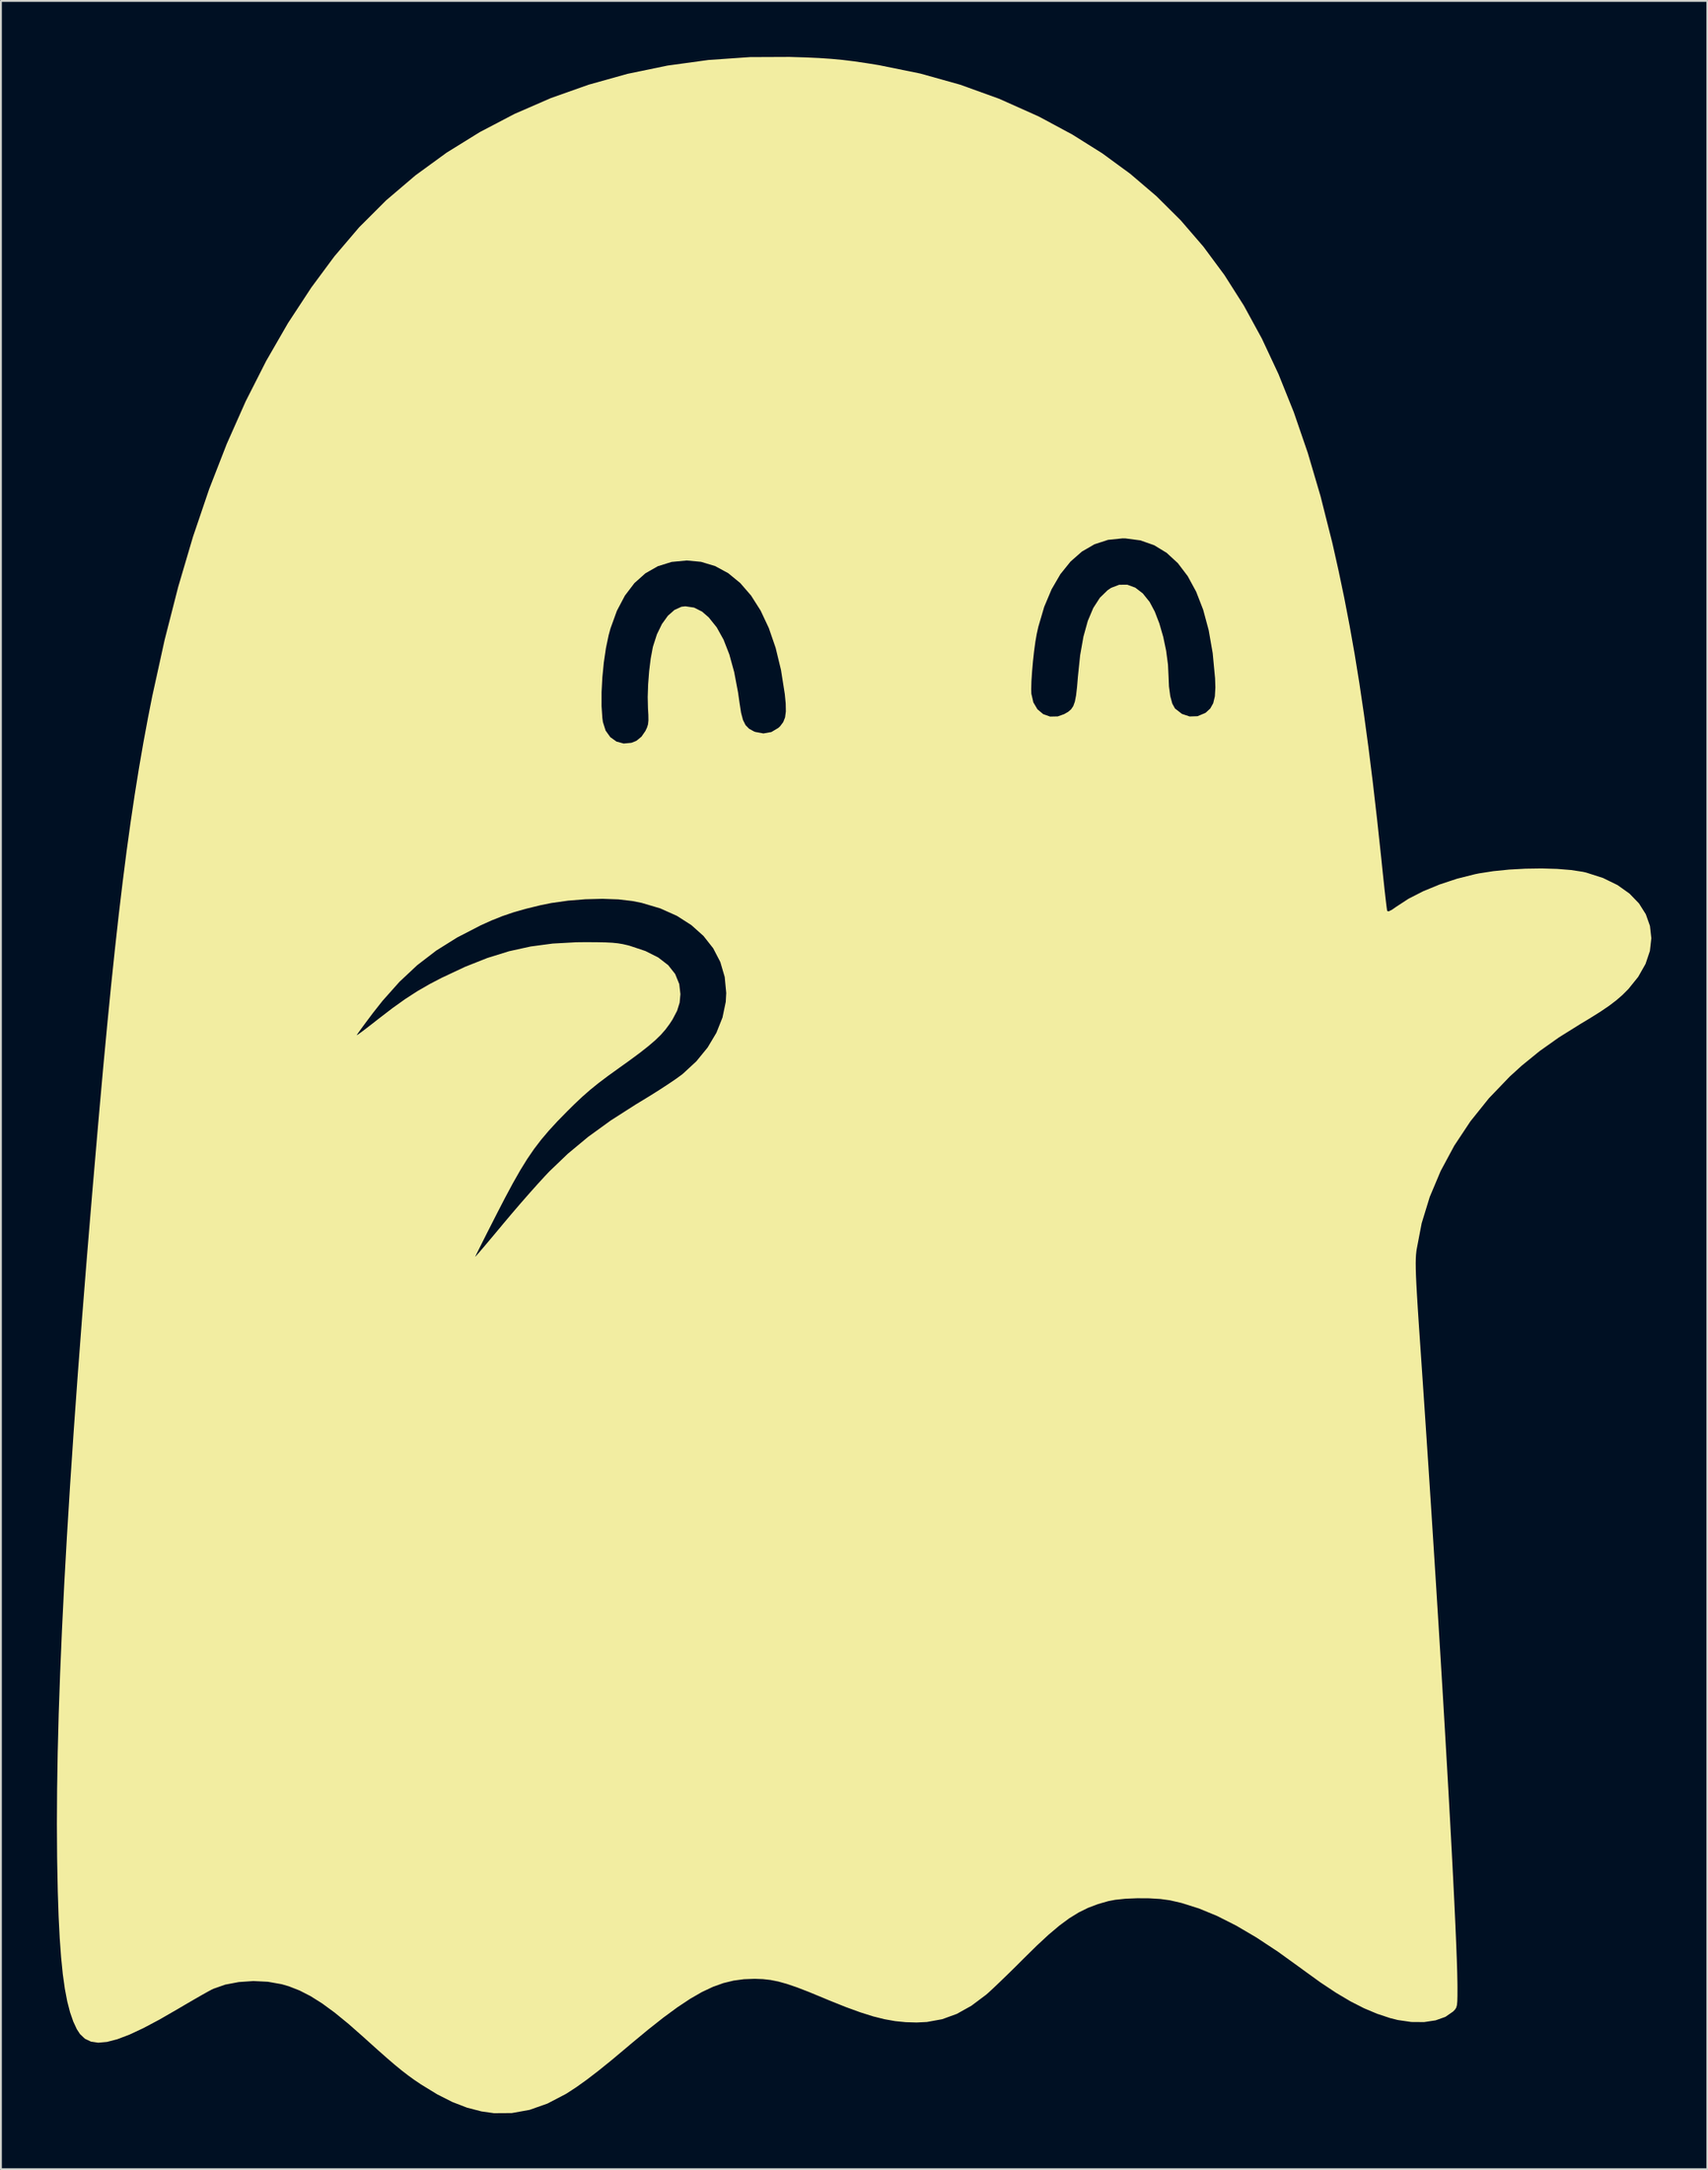
<source format=kicad_pcb>
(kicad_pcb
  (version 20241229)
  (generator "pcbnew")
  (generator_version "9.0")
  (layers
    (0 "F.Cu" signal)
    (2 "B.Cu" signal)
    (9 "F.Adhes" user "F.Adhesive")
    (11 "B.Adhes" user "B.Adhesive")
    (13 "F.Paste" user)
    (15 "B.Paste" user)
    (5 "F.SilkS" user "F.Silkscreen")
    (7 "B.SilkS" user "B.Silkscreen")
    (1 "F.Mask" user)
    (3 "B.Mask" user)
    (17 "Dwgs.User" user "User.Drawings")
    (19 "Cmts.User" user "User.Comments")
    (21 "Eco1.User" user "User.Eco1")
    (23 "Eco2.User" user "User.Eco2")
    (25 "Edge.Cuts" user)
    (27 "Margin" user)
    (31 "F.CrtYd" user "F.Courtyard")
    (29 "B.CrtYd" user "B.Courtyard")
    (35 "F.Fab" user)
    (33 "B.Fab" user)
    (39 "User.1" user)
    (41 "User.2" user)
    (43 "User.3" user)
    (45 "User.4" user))
  (footprint "logo"
    (layer "F.Cu")
    (at 43.336 55.768)
    (property "Reference" "logo" (at 0 0 0) (layer "F.SilkS") (effects (font (size 1.524 1.524) (thickness 0.3))))
    (attr board_only exclude_from_pos_files exclude_from_bom)
    (fp_poly (pts (xy -3.208 -55.742) (xy -2.478 -55.709) (xy -1.828 -55.665) (xy -1.215 -55.608) (xy -0.595 -55.532) (xy 0.077 -55.433) (xy 0.736 -55.327) (xy 2.951 -54.877) (xy 5.092 -54.279) (xy 7.176 -53.527) (xy 9.217 -52.615) (xy 9.398 -52.526) (xy 11.106 -51.607) (xy 12.708 -50.602) (xy 14.207 -49.505) (xy 15.608 -48.31) (xy 16.914 -47.011) (xy 18.128 -45.604) (xy 19.256 -44.082) (xy 20.301 -42.439) (xy 21.266 -40.671) (xy 22.156 -38.772) (xy 22.974 -36.735) (xy 23.724 -34.555) (xy 24.41 -32.228) (xy 25.037 -29.746) (xy 25.055 -29.669) (xy 25.379 -28.223) (xy 25.683 -26.771) (xy 25.967 -25.293) (xy 26.237 -23.773) (xy 26.493 -22.193) (xy 26.738 -20.536) (xy 26.976 -18.783) (xy 27.209 -16.918) (xy 27.439 -14.923) (xy 27.67 -12.781) (xy 27.726 -12.234) (xy 27.788 -11.65) (xy 27.845 -11.118) (xy 27.897 -10.664) (xy 27.939 -10.311) (xy 27.969 -10.083) (xy 27.983 -10.008) (xy 28.061 -9.984) (xy 28.243 -10.076) (xy 28.468 -10.233) (xy 29.124 -10.661) (xy 29.912 -11.064) (xy 30.794 -11.427) (xy 31.734 -11.737) (xy 32.692 -11.977) (xy 32.908 -12.021) (xy 33.677 -12.14) (xy 34.517 -12.225) (xy 35.39 -12.273) (xy 36.26 -12.286) (xy 37.089 -12.262) (xy 37.84 -12.201) (xy 38.474 -12.104) (xy 38.65 -12.064) (xy 39.554 -11.774) (xy 40.33 -11.395) (xy 40.973 -10.938) (xy 41.48 -10.413) (xy 41.847 -9.832) (xy 42.069 -9.207) (xy 42.144 -8.547) (xy 42.066 -7.864) (xy 41.832 -7.17) (xy 41.437 -6.474) (xy 40.914 -5.826) (xy 40.607 -5.518) (xy 40.27 -5.224) (xy 39.878 -4.926) (xy 39.404 -4.604) (xy 38.821 -4.24) (xy 38.354 -3.96) (xy 37.191 -3.234) (xy 36.152 -2.498) (xy 35.196 -1.72) (xy 34.554 -1.136) (xy 33.439 0.024) (xy 32.444 1.264) (xy 31.578 2.57) (xy 30.849 3.925) (xy 30.263 5.316) (xy 29.83 6.727) (xy 29.558 8.144) (xy 29.549 8.213) (xy 29.529 8.4) (xy 29.516 8.611) (xy 29.511 8.862) (xy 29.514 9.169) (xy 29.526 9.547) (xy 29.547 10.012) (xy 29.579 10.581) (xy 29.621 11.268) (xy 29.675 12.089) (xy 29.741 13.061) (xy 29.754 13.25) (xy 29.903 15.427) (xy 30.049 17.6) (xy 30.193 19.761) (xy 30.333 21.903) (xy 30.469 24.016) (xy 30.601 26.094) (xy 30.728 28.128) (xy 30.85 30.11) (xy 30.967 32.032) (xy 31.077 33.885) (xy 31.18 35.663) (xy 31.277 37.356) (xy 31.366 38.956) (xy 31.447 40.456) (xy 31.519 41.848) (xy 31.582 43.122) (xy 31.636 44.272) (xy 31.68 45.29) (xy 31.714 46.166) (xy 31.737 46.893) (xy 31.748 47.463) (xy 31.75 47.673) (xy 31.749 48.114) (xy 31.741 48.419) (xy 31.721 48.622) (xy 31.682 48.757) (xy 31.617 48.857) (xy 31.522 48.955) (xy 31.509 48.967) (xy 31.103 49.247) (xy 30.578 49.434) (xy 29.961 49.527) (xy 29.278 49.522) (xy 28.554 49.417) (xy 28.14 49.313) (xy 27.44 49.081) (xy 26.739 48.786) (xy 26.014 48.416) (xy 25.243 47.959) (xy 24.405 47.403) (xy 23.478 46.734) (xy 23.368 46.652) (xy 22.127 45.757) (xy 20.971 44.995) (xy 19.888 44.359) (xy 18.865 43.842) (xy 17.89 43.44) (xy 16.951 43.144) (xy 16.328 43.001) (xy 15.821 42.932) (xy 15.221 42.896) (xy 14.582 42.892) (xy 13.957 42.918) (xy 13.401 42.976) (xy 13.039 43.045) (xy 12.474 43.206) (xy 11.949 43.405) (xy 11.442 43.655) (xy 10.933 43.969) (xy 10.401 44.363) (xy 9.825 44.849) (xy 9.186 45.442) (xy 8.509 46.108) (xy 8.062 46.554) (xy 7.624 46.984) (xy 7.219 47.376) (xy 6.87 47.707) (xy 6.601 47.956) (xy 6.477 48.064) (xy 5.688 48.654) (xy 4.912 49.087) (xy 4.126 49.373) (xy 3.305 49.522) (xy 2.752 49.549) (xy 2.175 49.532) (xy 1.609 49.476) (xy 1.029 49.373) (xy 0.41 49.218) (xy -0.272 49.002) (xy -1.044 48.721) (xy -1.929 48.366) (xy -2.286 48.217) (xy -3.038 47.907) (xy -3.665 47.665) (xy -4.196 47.484) (xy -4.657 47.355) (xy -5.077 47.271) (xy -5.483 47.225) (xy -5.902 47.21) (xy -5.927 47.209) (xy -6.499 47.23) (xy -7.054 47.304) (xy -7.605 47.438) (xy -8.168 47.64) (xy -8.757 47.918) (xy -9.385 48.28) (xy -10.069 48.734) (xy -10.821 49.286) (xy -11.657 49.946) (xy -12.591 50.72) (xy -12.785 50.885) (xy -13.596 51.564) (xy -14.304 52.136) (xy -14.927 52.614) (xy -15.481 53.01) (xy -15.982 53.337) (xy -16.067 53.388) (xy -17.037 53.894) (xy -17.996 54.232) (xy -18.95 54.403) (xy -19.903 54.409) (xy -20.574 54.314) (xy -21.352 54.112) (xy -22.131 53.812) (xy -22.942 53.402) (xy -23.818 52.866) (xy -23.834 52.855) (xy -24.172 52.627) (xy -24.499 52.391) (xy -24.838 52.13) (xy -25.209 51.827) (xy -25.633 51.463) (xy -26.133 51.022) (xy -26.729 50.486) (xy -26.879 50.35) (xy -27.704 49.623) (xy -28.443 49.02) (xy -29.115 48.528) (xy -29.736 48.137) (xy -30.326 47.835) (xy -30.901 47.61) (xy -31.285 47.498) (xy -32.022 47.367) (xy -32.803 47.329) (xy -33.581 47.382) (xy -34.31 47.52) (xy -34.943 47.742) (xy -35.044 47.79) (xy -35.258 47.905) (xy -35.585 48.089) (xy -35.991 48.322) (xy -36.444 48.585) (xy -36.853 48.826) (xy -37.835 49.392) (xy -38.698 49.85) (xy -39.448 50.201) (xy -40.097 50.447) (xy -40.65 50.591) (xy -41.119 50.633) (xy -41.51 50.575) (xy -41.834 50.42) (xy -42.098 50.169) (xy -42.266 49.911) (xy -42.459 49.496) (xy -42.63 49.003) (xy -42.78 48.423) (xy -42.909 47.745) (xy -43.019 46.96) (xy -43.11 46.058) (xy -43.185 45.03) (xy -43.244 43.865) (xy -43.288 42.553) (xy -43.318 41.085) (xy -43.325 40.64) (xy -43.336 38.897) (xy -43.325 37.048) (xy -43.293 35.088) (xy -43.239 33.014) (xy -43.162 30.82) (xy -43.063 28.503) (xy -42.942 26.058) (xy -42.797 23.481) (xy -42.629 20.768) (xy -42.438 17.913) (xy -42.223 14.914) (xy -41.984 11.765) (xy -41.721 8.463) (xy -41.433 5.002) (xy -41.121 1.379) (xy -41.059 0.677) (xy -40.844 -1.718) (xy -40.69 -3.348) (xy -27.263 -3.348) (xy -27.2 -3.383) (xy -27.026 -3.508) (xy -26.762 -3.707) (xy -26.429 -3.964) (xy -26.099 -4.223) (xy -25.344 -4.802) (xy -24.663 -5.288) (xy -24.012 -5.709) (xy -23.348 -6.092) (xy -22.723 -6.418) (xy -21.453 -7.015) (xy -20.255 -7.489) (xy -19.096 -7.849) (xy -17.94 -8.103) (xy -16.754 -8.261) (xy -15.501 -8.33) (xy -14.986 -8.336) (xy -14.386 -8.332) (xy -13.921 -8.323) (xy -13.558 -8.305) (xy -13.262 -8.275) (xy -12.998 -8.231) (xy -12.734 -8.17) (xy -12.624 -8.141) (xy -11.783 -7.86) (xy -11.096 -7.514) (xy -10.565 -7.104) (xy -10.19 -6.63) (xy -9.971 -6.093) (xy -9.908 -5.55) (xy -9.95 -5.095) (xy -10.086 -4.659) (xy -10.331 -4.193) (xy -10.499 -3.937) (xy -10.712 -3.651) (xy -10.958 -3.371) (xy -11.258 -3.08) (xy -11.63 -2.762) (xy -12.092 -2.399) (xy -12.666 -1.975) (xy -13.17 -1.615) (xy -13.787 -1.171) (xy -14.3 -0.784) (xy -14.748 -0.422) (xy -15.171 -0.051) (xy -15.607 0.36) (xy -15.965 0.714) (xy -16.495 1.255) (xy -16.959 1.759) (xy -17.374 2.249) (xy -17.757 2.75) (xy -18.125 3.288) (xy -18.495 3.886) (xy -18.884 4.569) (xy -19.31 5.363) (xy -19.706 6.128) (xy -20.002 6.709) (xy -20.273 7.241) (xy -20.507 7.705) (xy -20.696 8.082) (xy -20.832 8.354) (xy -20.903 8.503) (xy -20.913 8.526) (xy -20.861 8.473) (xy -20.715 8.307) (xy -20.488 8.042) (xy -20.195 7.695) (xy -19.848 7.282) (xy -19.462 6.82) (xy -19.411 6.758) (xy -18.954 6.216) (xy -18.473 5.655) (xy -17.994 5.108) (xy -17.546 4.607) (xy -17.157 4.183) (xy -16.934 3.948) (xy -15.946 3.002) (xy -14.858 2.098) (xy -13.646 1.22) (xy -12.291 0.353) (xy -12.087 0.23) (xy -11.561 -0.09) (xy -11.041 -0.417) (xy -10.56 -0.73) (xy -10.151 -1.007) (xy -9.847 -1.228) (xy -9.784 -1.277) (xy -9.055 -1.951) (xy -8.45 -2.691) (xy -7.979 -3.481) (xy -7.652 -4.301) (xy -7.478 -5.135) (xy -7.452 -5.613) (xy -7.534 -6.471) (xy -7.769 -7.272) (xy -8.151 -8.007) (xy -8.672 -8.669) (xy -9.323 -9.251) (xy -10.097 -9.746) (xy -10.986 -10.144) (xy -11.983 -10.44) (xy -12.488 -10.541) (xy -13.233 -10.628) (xy -14.088 -10.659) (xy -15.004 -10.635) (xy -15.932 -10.56) (xy -16.824 -10.434) (xy -17.399 -10.318) (xy -18.18 -10.127) (xy -18.846 -9.938) (xy -19.448 -9.734) (xy -20.038 -9.498) (xy -20.624 -9.233) (xy -21.879 -8.585) (xy -23.001 -7.883) (xy -24.02 -7.101) (xy -24.968 -6.214) (xy -25.875 -5.196) (xy -26.382 -4.554) (xy -26.67 -4.172) (xy -26.919 -3.837) (xy -27.111 -3.573) (xy -27.231 -3.402) (xy -27.263 -3.348) (xy -40.69 -3.348) (xy -40.633 -3.956) (xy -40.426 -6.049) (xy -40.22 -8.009) (xy -40.015 -9.848) (xy -39.808 -11.578) (xy -39.599 -13.211) (xy -39.385 -14.759) (xy -39.165 -16.234) (xy -38.938 -17.648) (xy -38.702 -19.014) (xy -38.455 -20.342) (xy -38.328 -20.987) (xy -14.136 -20.987) (xy -14.093 -20.345) (xy -14.062 -20.124) (xy -13.918 -19.672) (xy -13.667 -19.32) (xy -13.336 -19.084) (xy -12.949 -18.978) (xy -12.535 -19.017) (xy -12.275 -19.12) (xy -11.998 -19.344) (xy -11.787 -19.649) (xy -11.698 -19.837) (xy -11.645 -20.011) (xy -11.623 -20.218) (xy -11.627 -20.506) (xy -11.648 -20.87) (xy -11.662 -21.474) (xy -11.639 -22.158) (xy -11.584 -22.864) (xy -11.501 -23.532) (xy -11.395 -24.102) (xy -11.375 -24.187) (xy -11.167 -24.832) (xy -10.898 -25.383) (xy -10.581 -25.824) (xy -10.229 -26.136) (xy -9.855 -26.306) (xy -9.643 -26.331) (xy -9.179 -26.263) (xy -8.752 -26.05) (xy -8.39 -25.737) (xy -7.963 -25.205) (xy -7.596 -24.545) (xy -7.285 -23.75) (xy -7.027 -22.812) (xy -6.82 -21.723) (xy -6.738 -21.149) (xy -6.656 -20.625) (xy -6.554 -20.24) (xy -6.417 -19.966) (xy -6.229 -19.773) (xy -5.973 -19.631) (xy -5.896 -19.6) (xy -5.459 -19.518) (xy -5.032 -19.594) (xy -4.654 -19.819) (xy -4.559 -19.91) (xy -4.398 -20.125) (xy -4.298 -20.377) (xy -4.255 -20.698) (xy -4.263 -21.12) (xy -4.312 -21.623) (xy -4.354 -21.891) (xy 8.899 -21.891) (xy 8.906 -21.647) (xy 9.013 -21.182) (xy 9.232 -20.813) (xy 9.54 -20.555) (xy 9.911 -20.423) (xy 10.321 -20.432) (xy 10.662 -20.553) (xy 10.874 -20.674) (xy 11.034 -20.809) (xy 11.153 -20.985) (xy 11.24 -21.227) (xy 11.304 -21.562) (xy 11.356 -22.016) (xy 11.401 -22.555) (xy 11.521 -23.708) (xy 11.698 -24.705) (xy 11.932 -25.549) (xy 12.225 -26.242) (xy 12.579 -26.79) (xy 12.994 -27.194) (xy 13.183 -27.32) (xy 13.615 -27.485) (xy 14.05 -27.488) (xy 14.477 -27.331) (xy 14.88 -27.022) (xy 15.248 -26.563) (xy 15.251 -26.557) (xy 15.522 -26.048) (xy 15.767 -25.413) (xy 15.974 -24.699) (xy 16.132 -23.949) (xy 16.23 -23.208) (xy 16.257 -22.648) (xy 16.283 -22.036) (xy 16.353 -21.518) (xy 16.461 -21.118) (xy 16.603 -20.861) (xy 16.611 -20.852) (xy 16.978 -20.567) (xy 17.39 -20.429) (xy 17.815 -20.443) (xy 18.22 -20.612) (xy 18.271 -20.646) (xy 18.5 -20.86) (xy 18.655 -21.138) (xy 18.744 -21.504) (xy 18.772 -21.985) (xy 18.755 -22.479) (xy 18.627 -23.825) (xy 18.413 -25.049) (xy 18.117 -26.147) (xy 17.741 -27.114) (xy 17.288 -27.947) (xy 16.76 -28.643) (xy 16.159 -29.196) (xy 15.488 -29.605) (xy 14.75 -29.864) (xy 13.948 -29.97) (xy 13.798 -29.972) (xy 13.017 -29.892) (xy 12.288 -29.654) (xy 11.616 -29.265) (xy 11.006 -28.729) (xy 10.462 -28.053) (xy 9.99 -27.242) (xy 9.594 -26.302) (xy 9.281 -25.238) (xy 9.194 -24.85) (xy 9.121 -24.432) (xy 9.052 -23.926) (xy 8.991 -23.374) (xy 8.943 -22.821) (xy 8.91 -22.312) (xy 8.899 -21.891) (xy -4.354 -21.891) (xy -4.516 -22.921) (xy -4.803 -24.104) (xy -5.169 -25.166) (xy -5.609 -26.102) (xy -6.121 -26.908) (xy -6.7 -27.577) (xy -7.343 -28.105) (xy -8.045 -28.486) (xy -8.803 -28.715) (xy -9.567 -28.787) (xy -10.378 -28.71) (xy -11.118 -28.48) (xy -11.784 -28.101) (xy -12.375 -27.574) (xy -12.885 -26.904) (xy -13.314 -26.092) (xy -13.658 -25.142) (xy -13.755 -24.788) (xy -13.9 -24.099) (xy -14.014 -23.33) (xy -14.093 -22.525) (xy -14.135 -21.729) (xy -14.136 -20.987) (xy -38.328 -20.987) (xy -38.221 -21.527) (xy -37.562 -24.522) (xy -36.835 -27.365) (xy -36.039 -30.061) (xy -35.171 -32.616) (xy -34.23 -35.032) (xy -33.214 -37.316) (xy -32.12 -39.471) (xy -30.948 -41.503) (xy -29.694 -43.415) (xy -28.461 -45.08) (xy -27.133 -46.638) (xy -25.681 -48.087) (xy -24.113 -49.422) (xy -22.437 -50.642) (xy -20.663 -51.74) (xy -18.799 -52.716) (xy -16.852 -53.563) (xy -14.831 -54.279) (xy -12.745 -54.861) (xy -10.602 -55.304) (xy -8.41 -55.604) (xy -6.178 -55.759) (xy -4.064 -55.768)) (stroke (width 0) (type solid)) (fill yes) (layer "F.SilkS")))
  (gr_rect
    (start -3 -3)
    (end 88.48 113.177)
    (stroke (width 0.1) (type default))
    (fill no)
    (layer "Edge.Cuts")))
</source>
